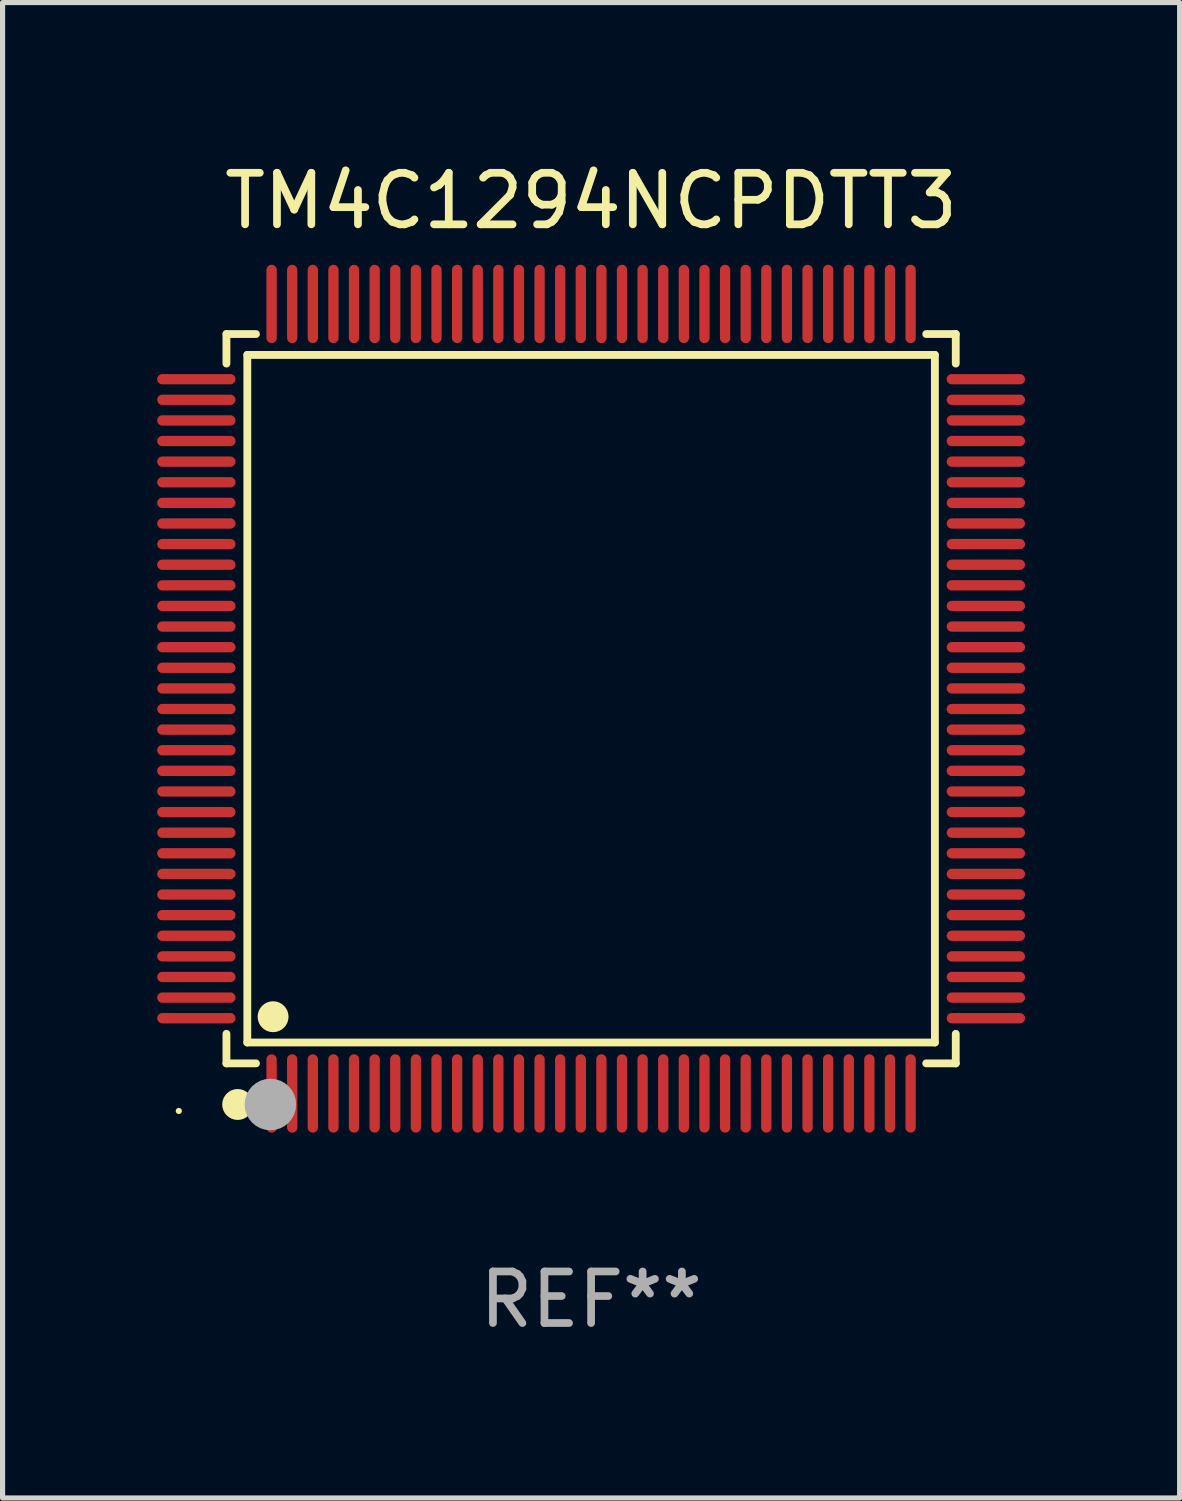
<source format=kicad_pcb>
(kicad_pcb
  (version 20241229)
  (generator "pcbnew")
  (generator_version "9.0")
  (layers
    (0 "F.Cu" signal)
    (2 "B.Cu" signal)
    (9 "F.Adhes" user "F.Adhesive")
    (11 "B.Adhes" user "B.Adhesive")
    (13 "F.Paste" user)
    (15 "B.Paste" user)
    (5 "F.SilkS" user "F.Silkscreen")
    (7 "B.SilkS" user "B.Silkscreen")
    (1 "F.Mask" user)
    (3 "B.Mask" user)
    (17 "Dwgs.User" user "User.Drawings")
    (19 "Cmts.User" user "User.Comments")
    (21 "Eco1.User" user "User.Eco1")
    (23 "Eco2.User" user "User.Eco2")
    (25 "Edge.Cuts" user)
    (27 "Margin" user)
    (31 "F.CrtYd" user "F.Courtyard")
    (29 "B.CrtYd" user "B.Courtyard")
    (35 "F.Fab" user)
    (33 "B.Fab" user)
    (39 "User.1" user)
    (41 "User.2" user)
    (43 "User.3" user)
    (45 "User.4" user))
  (footprint "TM4C1294NCPDTT3"
    (layer "F.Cu")
    (at 8.42 10.508)
    (property "Reference" "TM4C1294NCPDTT3" (at 0 -9.66 0) (layer "F.SilkS") (effects (font (size 1 1) (thickness 0.15))))
    (attr through_hole)
    (fp_line (start -7.076 -7.076) (end -6.503 -7.076) (stroke (width 0.152) (type solid)) (layer "F.SilkS"))
    (fp_line (start -7.076 -6.503) (end -7.076 -7.076) (stroke (width 0.152) (type solid)) (layer "F.SilkS"))
    (fp_line (start -7.076 6.503) (end -7.076 7.076) (stroke (width 0.152) (type solid)) (layer "F.SilkS"))
    (fp_line (start -7.076 7.076) (end -6.503 7.076) (stroke (width 0.152) (type solid)) (layer "F.SilkS"))
    (fp_line (start -6.671 -6.671) (end 6.671 -6.671) (stroke (width 0.152) (type solid)) (layer "F.SilkS"))
    (fp_line (start -6.671 6.671) (end -6.671 -6.671) (stroke (width 0.152) (type solid)) (layer "F.SilkS"))
    (fp_line (start 6.671 -6.671) (end 6.671 6.671) (stroke (width 0.152) (type solid)) (layer "F.SilkS"))
    (fp_line (start 6.671 6.671) (end -6.671 6.671) (stroke (width 0.152) (type solid)) (layer "F.SilkS"))
    (fp_line (start 7.076 -7.076) (end 6.503 -7.076) (stroke (width 0.152) (type solid)) (layer "F.SilkS"))
    (fp_line (start 7.076 -6.503) (end 7.076 -7.076) (stroke (width 0.152) (type solid)) (layer "F.SilkS"))
    (fp_line (start 7.076 6.503) (end 7.076 7.076) (stroke (width 0.152) (type solid)) (layer "F.SilkS"))
    (fp_line (start 7.076 7.076) (end 6.503 7.076) (stroke (width 0.152) (type solid)) (layer "F.SilkS"))
    (fp_circle (center -8 8) (end -7.97 8) (stroke (width 0.06) (type solid)) (fill no) (layer "F.SilkS"))
    (fp_circle (center -6.858 7.874) (end -6.708 7.874) (stroke (width 0.3) (type solid)) (fill no) (layer "F.SilkS"))
    (fp_circle (center -6.171 6.171) (end -6.021 6.171) (stroke (width 0.3) (type solid)) (fill no) (layer "F.SilkS"))
    (fp_circle (center -6.223 7.874) (end -5.973 7.874) (stroke (width 0.5) (type solid)) (fill no) (layer "F.Fab"))
    (fp_text user "REF**" (at 0 11.66 0) (layer "F.Fab") (effects (font (size 1 1) (thickness 0.15))))
    (pad "1" smd oval (at -6.2 7.66) (size 0.2 1.52) (layers "F.Cu" "F.Mask" "F.Paste"))
    (pad "2" smd oval (at -5.8 7.66) (size 0.2 1.52) (layers "F.Cu" "F.Mask" "F.Paste"))
    (pad "3" smd oval (at -5.4 7.66) (size 0.2 1.52) (layers "F.Cu" "F.Mask" "F.Paste"))
    (pad "4" smd oval (at -5 7.66) (size 0.2 1.52) (layers "F.Cu" "F.Mask" "F.Paste"))
    (pad "5" smd oval (at -4.6 7.66) (size 0.2 1.52) (layers "F.Cu" "F.Mask" "F.Paste"))
    (pad "6" smd oval (at -4.2 7.66) (size 0.2 1.52) (layers "F.Cu" "F.Mask" "F.Paste"))
    (pad "7" smd oval (at -3.8 7.66) (size 0.2 1.52) (layers "F.Cu" "F.Mask" "F.Paste"))
    (pad "8" smd oval (at -3.4 7.66) (size 0.2 1.52) (layers "F.Cu" "F.Mask" "F.Paste"))
    (pad "9" smd oval (at -3 7.66) (size 0.2 1.52) (layers "F.Cu" "F.Mask" "F.Paste"))
    (pad "10" smd oval (at -2.6 7.66) (size 0.2 1.52) (layers "F.Cu" "F.Mask" "F.Paste"))
    (pad "11" smd oval (at -2.2 7.66) (size 0.2 1.52) (layers "F.Cu" "F.Mask" "F.Paste"))
    (pad "12" smd oval (at -1.8 7.66) (size 0.2 1.52) (layers "F.Cu" "F.Mask" "F.Paste"))
    (pad "13" smd oval (at -1.4 7.66) (size 0.2 1.52) (layers "F.Cu" "F.Mask" "F.Paste"))
    (pad "14" smd oval (at -1 7.66) (size 0.2 1.52) (layers "F.Cu" "F.Mask" "F.Paste"))
    (pad "15" smd oval (at -0.6 7.66) (size 0.2 1.52) (layers "F.Cu" "F.Mask" "F.Paste"))
    (pad "16" smd oval (at -0.2 7.66) (size 0.2 1.52) (layers "F.Cu" "F.Mask" "F.Paste"))
    (pad "17" smd oval (at 0.2 7.66) (size 0.2 1.52) (layers "F.Cu" "F.Mask" "F.Paste"))
    (pad "18" smd oval (at 0.6 7.66) (size 0.2 1.52) (layers "F.Cu" "F.Mask" "F.Paste"))
    (pad "19" smd oval (at 1 7.66) (size 0.2 1.52) (layers "F.Cu" "F.Mask" "F.Paste"))
    (pad "20" smd oval (at 1.4 7.66) (size 0.2 1.52) (layers "F.Cu" "F.Mask" "F.Paste"))
    (pad "21" smd oval (at 1.8 7.66) (size 0.2 1.52) (layers "F.Cu" "F.Mask" "F.Paste"))
    (pad "22" smd oval (at 2.2 7.66) (size 0.2 1.52) (layers "F.Cu" "F.Mask" "F.Paste"))
    (pad "23" smd oval (at 2.6 7.66) (size 0.2 1.52) (layers "F.Cu" "F.Mask" "F.Paste"))
    (pad "24" smd oval (at 3 7.66) (size 0.2 1.52) (layers "F.Cu" "F.Mask" "F.Paste"))
    (pad "25" smd oval (at 3.4 7.66) (size 0.2 1.52) (layers "F.Cu" "F.Mask" "F.Paste"))
    (pad "26" smd oval (at 3.8 7.66) (size 0.2 1.52) (layers "F.Cu" "F.Mask" "F.Paste"))
    (pad "27" smd oval (at 4.2 7.66) (size 0.2 1.52) (layers "F.Cu" "F.Mask" "F.Paste"))
    (pad "28" smd oval (at 4.6 7.66) (size 0.2 1.52) (layers "F.Cu" "F.Mask" "F.Paste"))
    (pad "29" smd oval (at 5 7.66) (size 0.2 1.52) (layers "F.Cu" "F.Mask" "F.Paste"))
    (pad "30" smd oval (at 5.4 7.66) (size 0.2 1.52) (layers "F.Cu" "F.Mask" "F.Paste"))
    (pad "31" smd oval (at 5.8 7.66) (size 0.2 1.52) (layers "F.Cu" "F.Mask" "F.Paste"))
    (pad "32" smd oval (at 6.2 7.66) (size 0.2 1.52) (layers "F.Cu" "F.Mask" "F.Paste"))
    (pad "33" smd oval (at 7.66 6.2) (size 1.52 0.2) (layers "F.Cu" "F.Mask" "F.Paste"))
    (pad "34" smd oval (at 7.66 5.8) (size 1.52 0.2) (layers "F.Cu" "F.Mask" "F.Paste"))
    (pad "35" smd oval (at 7.66 5.4) (size 1.52 0.2) (layers "F.Cu" "F.Mask" "F.Paste"))
    (pad "36" smd oval (at 7.66 5) (size 1.52 0.2) (layers "F.Cu" "F.Mask" "F.Paste"))
    (pad "37" smd oval (at 7.66 4.6) (size 1.52 0.2) (layers "F.Cu" "F.Mask" "F.Paste"))
    (pad "38" smd oval (at 7.66 4.2) (size 1.52 0.2) (layers "F.Cu" "F.Mask" "F.Paste"))
    (pad "39" smd oval (at 7.66 3.8) (size 1.52 0.2) (layers "F.Cu" "F.Mask" "F.Paste"))
    (pad "40" smd oval (at 7.66 3.4) (size 1.52 0.2) (layers "F.Cu" "F.Mask" "F.Paste"))
    (pad "41" smd oval (at 7.66 3) (size 1.52 0.2) (layers "F.Cu" "F.Mask" "F.Paste"))
    (pad "42" smd oval (at 7.66 2.6) (size 1.52 0.2) (layers "F.Cu" "F.Mask" "F.Paste"))
    (pad "43" smd oval (at 7.66 2.2) (size 1.52 0.2) (layers "F.Cu" "F.Mask" "F.Paste"))
    (pad "44" smd oval (at 7.66 1.8) (size 1.52 0.2) (layers "F.Cu" "F.Mask" "F.Paste"))
    (pad "45" smd oval (at 7.66 1.4) (size 1.52 0.2) (layers "F.Cu" "F.Mask" "F.Paste"))
    (pad "46" smd oval (at 7.66 1) (size 1.52 0.2) (layers "F.Cu" "F.Mask" "F.Paste"))
    (pad "47" smd oval (at 7.66 0.6) (size 1.52 0.2) (layers "F.Cu" "F.Mask" "F.Paste"))
    (pad "48" smd oval (at 7.66 0.2) (size 1.52 0.2) (layers "F.Cu" "F.Mask" "F.Paste"))
    (pad "49" smd oval (at 7.66 -0.2) (size 1.52 0.2) (layers "F.Cu" "F.Mask" "F.Paste"))
    (pad "50" smd oval (at 7.66 -0.6) (size 1.52 0.2) (layers "F.Cu" "F.Mask" "F.Paste"))
    (pad "51" smd oval (at 7.66 -1) (size 1.52 0.2) (layers "F.Cu" "F.Mask" "F.Paste"))
    (pad "52" smd oval (at 7.66 -1.4) (size 1.52 0.2) (layers "F.Cu" "F.Mask" "F.Paste"))
    (pad "53" smd oval (at 7.66 -1.8) (size 1.52 0.2) (layers "F.Cu" "F.Mask" "F.Paste"))
    (pad "54" smd oval (at 7.66 -2.2) (size 1.52 0.2) (layers "F.Cu" "F.Mask" "F.Paste"))
    (pad "55" smd oval (at 7.66 -2.6) (size 1.52 0.2) (layers "F.Cu" "F.Mask" "F.Paste"))
    (pad "56" smd oval (at 7.66 -3) (size 1.52 0.2) (layers "F.Cu" "F.Mask" "F.Paste"))
    (pad "57" smd oval (at 7.66 -3.4) (size 1.52 0.2) (layers "F.Cu" "F.Mask" "F.Paste"))
    (pad "58" smd oval (at 7.66 -3.8) (size 1.52 0.2) (layers "F.Cu" "F.Mask" "F.Paste"))
    (pad "59" smd oval (at 7.66 -4.2) (size 1.52 0.2) (layers "F.Cu" "F.Mask" "F.Paste"))
    (pad "60" smd oval (at 7.66 -4.6) (size 1.52 0.2) (layers "F.Cu" "F.Mask" "F.Paste"))
    (pad "61" smd oval (at 7.66 -5) (size 1.52 0.2) (layers "F.Cu" "F.Mask" "F.Paste"))
    (pad "62" smd oval (at 7.66 -5.4) (size 1.52 0.2) (layers "F.Cu" "F.Mask" "F.Paste"))
    (pad "63" smd oval (at 7.66 -5.8) (size 1.52 0.2) (layers "F.Cu" "F.Mask" "F.Paste"))
    (pad "64" smd oval (at 7.66 -6.2) (size 1.52 0.2) (layers "F.Cu" "F.Mask" "F.Paste"))
    (pad "65" smd oval (at 6.2 -7.66) (size 0.2 1.52) (layers "F.Cu" "F.Mask" "F.Paste"))
    (pad "66" smd oval (at 5.8 -7.66) (size 0.2 1.52) (layers "F.Cu" "F.Mask" "F.Paste"))
    (pad "67" smd oval (at 5.4 -7.66) (size 0.2 1.52) (layers "F.Cu" "F.Mask" "F.Paste"))
    (pad "68" smd oval (at 5 -7.66) (size 0.2 1.52) (layers "F.Cu" "F.Mask" "F.Paste"))
    (pad "69" smd oval (at 4.6 -7.66) (size 0.2 1.52) (layers "F.Cu" "F.Mask" "F.Paste"))
    (pad "70" smd oval (at 4.2 -7.66) (size 0.2 1.52) (layers "F.Cu" "F.Mask" "F.Paste"))
    (pad "71" smd oval (at 3.8 -7.66) (size 0.2 1.52) (layers "F.Cu" "F.Mask" "F.Paste"))
    (pad "72" smd oval (at 3.4 -7.66) (size 0.2 1.52) (layers "F.Cu" "F.Mask" "F.Paste"))
    (pad "73" smd oval (at 3 -7.66) (size 0.2 1.52) (layers "F.Cu" "F.Mask" "F.Paste"))
    (pad "74" smd oval (at 2.6 -7.66) (size 0.2 1.52) (layers "F.Cu" "F.Mask" "F.Paste"))
    (pad "75" smd oval (at 2.2 -7.66) (size 0.2 1.52) (layers "F.Cu" "F.Mask" "F.Paste"))
    (pad "76" smd oval (at 1.8 -7.66) (size 0.2 1.52) (layers "F.Cu" "F.Mask" "F.Paste"))
    (pad "77" smd oval (at 1.4 -7.66) (size 0.2 1.52) (layers "F.Cu" "F.Mask" "F.Paste"))
    (pad "78" smd oval (at 1 -7.66) (size 0.2 1.52) (layers "F.Cu" "F.Mask" "F.Paste"))
    (pad "79" smd oval (at 0.6 -7.66) (size 0.2 1.52) (layers "F.Cu" "F.Mask" "F.Paste"))
    (pad "80" smd oval (at 0.2 -7.66) (size 0.2 1.52) (layers "F.Cu" "F.Mask" "F.Paste"))
    (pad "81" smd oval (at -0.2 -7.66) (size 0.2 1.52) (layers "F.Cu" "F.Mask" "F.Paste"))
    (pad "82" smd oval (at -0.6 -7.66) (size 0.2 1.52) (layers "F.Cu" "F.Mask" "F.Paste"))
    (pad "83" smd oval (at -1 -7.66) (size 0.2 1.52) (layers "F.Cu" "F.Mask" "F.Paste"))
    (pad "84" smd oval (at -1.4 -7.66) (size 0.2 1.52) (layers "F.Cu" "F.Mask" "F.Paste"))
    (pad "85" smd oval (at -1.8 -7.66) (size 0.2 1.52) (layers "F.Cu" "F.Mask" "F.Paste"))
    (pad "86" smd oval (at -2.2 -7.66) (size 0.2 1.52) (layers "F.Cu" "F.Mask" "F.Paste"))
    (pad "87" smd oval (at -2.6 -7.66) (size 0.2 1.52) (layers "F.Cu" "F.Mask" "F.Paste"))
    (pad "88" smd oval (at -3 -7.66) (size 0.2 1.52) (layers "F.Cu" "F.Mask" "F.Paste"))
    (pad "89" smd oval (at -3.4 -7.66) (size 0.2 1.52) (layers "F.Cu" "F.Mask" "F.Paste"))
    (pad "90" smd oval (at -3.8 -7.66) (size 0.2 1.52) (layers "F.Cu" "F.Mask" "F.Paste"))
    (pad "91" smd oval (at -4.2 -7.66) (size 0.2 1.52) (layers "F.Cu" "F.Mask" "F.Paste"))
    (pad "92" smd oval (at -4.6 -7.66) (size 0.2 1.52) (layers "F.Cu" "F.Mask" "F.Paste"))
    (pad "93" smd oval (at -5 -7.66) (size 0.2 1.52) (layers "F.Cu" "F.Mask" "F.Paste"))
    (pad "94" smd oval (at -5.4 -7.66) (size 0.2 1.52) (layers "F.Cu" "F.Mask" "F.Paste"))
    (pad "95" smd oval (at -5.8 -7.66) (size 0.2 1.52) (layers "F.Cu" "F.Mask" "F.Paste"))
    (pad "96" smd oval (at -6.2 -7.66) (size 0.2 1.52) (layers "F.Cu" "F.Mask" "F.Paste"))
    (pad "97" smd oval (at -7.66 -6.2) (size 1.52 0.2) (layers "F.Cu" "F.Mask" "F.Paste"))
    (pad "98" smd oval (at -7.66 -5.8) (size 1.52 0.2) (layers "F.Cu" "F.Mask" "F.Paste"))
    (pad "99" smd oval (at -7.66 -5.4) (size 1.52 0.2) (layers "F.Cu" "F.Mask" "F.Paste"))
    (pad "100" smd oval (at -7.66 -5) (size 1.52 0.2) (layers "F.Cu" "F.Mask" "F.Paste"))
    (pad "101" smd oval (at -7.66 -4.6) (size 1.52 0.2) (layers "F.Cu" "F.Mask" "F.Paste"))
    (pad "102" smd oval (at -7.66 -4.2) (size 1.52 0.2) (layers "F.Cu" "F.Mask" "F.Paste"))
    (pad "103" smd oval (at -7.66 -3.8) (size 1.52 0.2) (layers "F.Cu" "F.Mask" "F.Paste"))
    (pad "104" smd oval (at -7.66 -3.4) (size 1.52 0.2) (layers "F.Cu" "F.Mask" "F.Paste"))
    (pad "105" smd oval (at -7.66 -3) (size 1.52 0.2) (layers "F.Cu" "F.Mask" "F.Paste"))
    (pad "106" smd oval (at -7.66 -2.6) (size 1.52 0.2) (layers "F.Cu" "F.Mask" "F.Paste"))
    (pad "107" smd oval (at -7.66 -2.2) (size 1.52 0.2) (layers "F.Cu" "F.Mask" "F.Paste"))
    (pad "108" smd oval (at -7.66 -1.8) (size 1.52 0.2) (layers "F.Cu" "F.Mask" "F.Paste"))
    (pad "109" smd oval (at -7.66 -1.4) (size 1.52 0.2) (layers "F.Cu" "F.Mask" "F.Paste"))
    (pad "110" smd oval (at -7.66 -1) (size 1.52 0.2) (layers "F.Cu" "F.Mask" "F.Paste"))
    (pad "111" smd oval (at -7.66 -0.6) (size 1.52 0.2) (layers "F.Cu" "F.Mask" "F.Paste"))
    (pad "112" smd oval (at -7.66 -0.2) (size 1.52 0.2) (layers "F.Cu" "F.Mask" "F.Paste"))
    (pad "113" smd oval (at -7.66 0.2) (size 1.52 0.2) (layers "F.Cu" "F.Mask" "F.Paste"))
    (pad "114" smd oval (at -7.66 0.6) (size 1.52 0.2) (layers "F.Cu" "F.Mask" "F.Paste"))
    (pad "115" smd oval (at -7.66 1) (size 1.52 0.2) (layers "F.Cu" "F.Mask" "F.Paste"))
    (pad "116" smd oval (at -7.66 1.4) (size 1.52 0.2) (layers "F.Cu" "F.Mask" "F.Paste"))
    (pad "117" smd oval (at -7.66 1.8) (size 1.52 0.2) (layers "F.Cu" "F.Mask" "F.Paste"))
    (pad "118" smd oval (at -7.66 2.2) (size 1.52 0.2) (layers "F.Cu" "F.Mask" "F.Paste"))
    (pad "119" smd oval (at -7.66 2.6) (size 1.52 0.2) (layers "F.Cu" "F.Mask" "F.Paste"))
    (pad "120" smd oval (at -7.66 3) (size 1.52 0.2) (layers "F.Cu" "F.Mask" "F.Paste"))
    (pad "121" smd oval (at -7.66 3.4) (size 1.52 0.2) (layers "F.Cu" "F.Mask" "F.Paste"))
    (pad "122" smd oval (at -7.66 3.8) (size 1.52 0.2) (layers "F.Cu" "F.Mask" "F.Paste"))
    (pad "123" smd oval (at -7.66 4.2) (size 1.52 0.2) (layers "F.Cu" "F.Mask" "F.Paste"))
    (pad "124" smd oval (at -7.66 4.6) (size 1.52 0.2) (layers "F.Cu" "F.Mask" "F.Paste"))
    (pad "125" smd oval (at -7.66 5) (size 1.52 0.2) (layers "F.Cu" "F.Mask" "F.Paste"))
    (pad "126" smd oval (at -7.66 5.4) (size 1.52 0.2) (layers "F.Cu" "F.Mask" "F.Paste"))
    (pad "127" smd oval (at -7.66 5.8) (size 1.52 0.2) (layers "F.Cu" "F.Mask" "F.Paste"))
    (pad "128" smd oval (at -7.66 6.2) (size 1.52 0.2) (layers "F.Cu" "F.Mask" "F.Paste")))
  (gr_rect
    (start -3 -3)
    (end 19.84 26.017)
    (stroke (width 0.1) (type default))
    (fill no)
    (layer "Edge.Cuts")))
</source>
